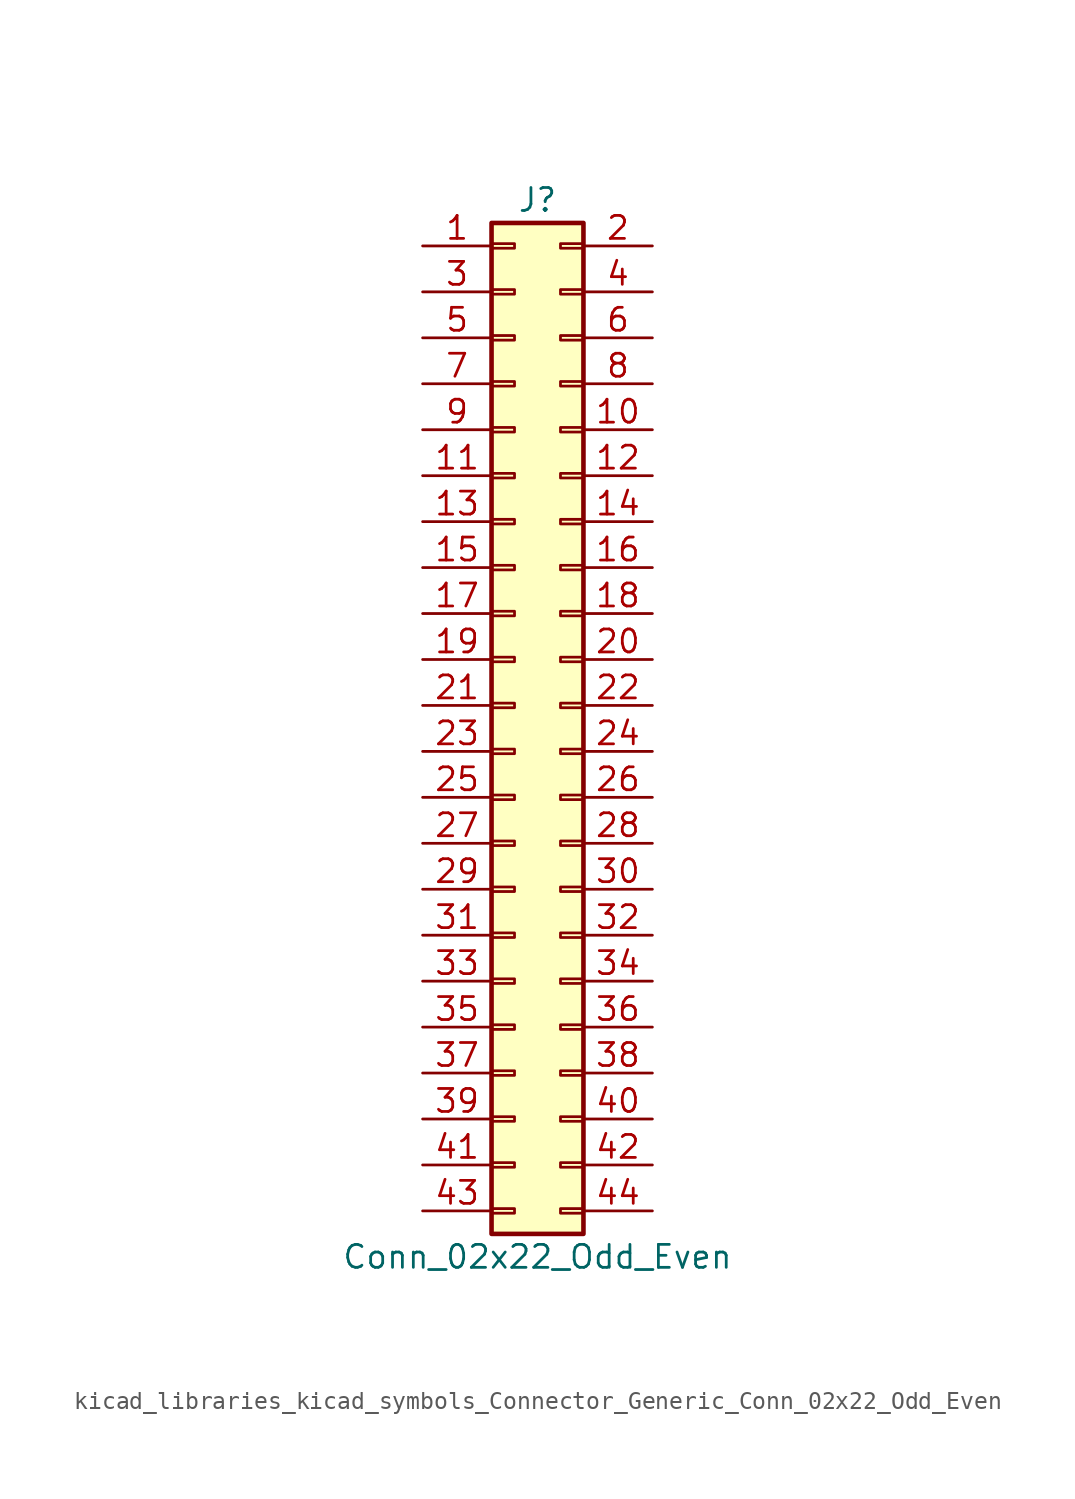
<source format=kicad_sym>
(kicad_symbol_lib
  (version 20220914)
  (generator kicad_symbol_editor)
  (symbol "kicad_libraries_kicad_symbols_Connector_Generic_Conn_02x22_Odd_Even"
    (pin_names
      (offset 1.016) hide)
    (property "Reference" "J"
      (at 1.27 27.94 0)
      (effects (font (size 1.27 1.27))))
    (property "Value" "Conn_02x22_Odd_Even"
      (at 1.27 -30.48 0)
      (effects (font (size 1.27 1.27))))
    (symbol "kicad_libraries_kicad_symbols_Connector_Generic_Conn_02x22_Odd_Even_1_1"
      (rectangle (start -1.27 -27.813) (end 0 -28.067) (stroke (width 0.152) (type default)) (fill (type none)))
      (rectangle (start -1.27 -25.273) (end 0 -25.527) (stroke (width 0.152) (type default)) (fill (type none)))
      (rectangle (start -1.27 -22.733) (end 0 -22.987) (stroke (width 0.152) (type default)) (fill (type none)))
      (rectangle (start -1.27 -20.193) (end 0 -20.447) (stroke (width 0.152) (type default)) (fill (type none)))
      (rectangle (start -1.27 -17.653) (end 0 -17.907) (stroke (width 0.152) (type default)) (fill (type none)))
      (rectangle (start -1.27 -15.113) (end 0 -15.367) (stroke (width 0.152) (type default)) (fill (type none)))
      (rectangle (start -1.27 -12.573) (end 0 -12.827) (stroke (width 0.152) (type default)) (fill (type none)))
      (rectangle (start -1.27 -10.033) (end 0 -10.287) (stroke (width 0.152) (type default)) (fill (type none)))
      (rectangle (start -1.27 -7.493) (end 0 -7.747) (stroke (width 0.152) (type default)) (fill (type none)))
      (rectangle (start -1.27 -4.953) (end 0 -5.207) (stroke (width 0.152) (type default)) (fill (type none)))
      (rectangle (start -1.27 -2.413) (end 0 -2.667) (stroke (width 0.152) (type default)) (fill (type none)))
      (rectangle (start -1.27 0.127) (end 0 -0.127) (stroke (width 0.152) (type default)) (fill (type none)))
      (rectangle (start -1.27 2.667) (end 0 2.413) (stroke (width 0.152) (type default)) (fill (type none)))
      (rectangle (start -1.27 5.207) (end 0 4.953) (stroke (width 0.152) (type default)) (fill (type none)))
      (rectangle (start -1.27 7.747) (end 0 7.493) (stroke (width 0.152) (type default)) (fill (type none)))
      (rectangle (start -1.27 10.287) (end 0 10.033) (stroke (width 0.152) (type default)) (fill (type none)))
      (rectangle (start -1.27 12.827) (end 0 12.573) (stroke (width 0.152) (type default)) (fill (type none)))
      (rectangle (start -1.27 15.367) (end 0 15.113) (stroke (width 0.152) (type default)) (fill (type none)))
      (rectangle (start -1.27 17.907) (end 0 17.653) (stroke (width 0.152) (type default)) (fill (type none)))
      (rectangle (start -1.27 20.447) (end 0 20.193) (stroke (width 0.152) (type default)) (fill (type none)))
      (rectangle (start -1.27 22.987) (end 0 22.733) (stroke (width 0.152) (type default)) (fill (type none)))
      (rectangle (start -1.27 25.527) (end 0 25.273) (stroke (width 0.152) (type default)) (fill (type none)))
      (rectangle (start -1.27 26.67) (end 3.81 -29.21) (stroke (width 0.254) (type default)) (fill (type background)))
      (rectangle (start 3.81 -27.813) (end 2.54 -28.067) (stroke (width 0.152) (type default)) (fill (type none)))
      (rectangle (start 3.81 -25.273) (end 2.54 -25.527) (stroke (width 0.152) (type default)) (fill (type none)))
      (rectangle (start 3.81 -22.733) (end 2.54 -22.987) (stroke (width 0.152) (type default)) (fill (type none)))
      (rectangle (start 3.81 -20.193) (end 2.54 -20.447) (stroke (width 0.152) (type default)) (fill (type none)))
      (rectangle (start 3.81 -17.653) (end 2.54 -17.907) (stroke (width 0.152) (type default)) (fill (type none)))
      (rectangle (start 3.81 -15.113) (end 2.54 -15.367) (stroke (width 0.152) (type default)) (fill (type none)))
      (rectangle (start 3.81 -12.573) (end 2.54 -12.827) (stroke (width 0.152) (type default)) (fill (type none)))
      (rectangle (start 3.81 -10.033) (end 2.54 -10.287) (stroke (width 0.152) (type default)) (fill (type none)))
      (rectangle (start 3.81 -7.493) (end 2.54 -7.747) (stroke (width 0.152) (type default)) (fill (type none)))
      (rectangle (start 3.81 -4.953) (end 2.54 -5.207) (stroke (width 0.152) (type default)) (fill (type none)))
      (rectangle (start 3.81 -2.413) (end 2.54 -2.667) (stroke (width 0.152) (type default)) (fill (type none)))
      (rectangle (start 3.81 0.127) (end 2.54 -0.127) (stroke (width 0.152) (type default)) (fill (type none)))
      (rectangle (start 3.81 2.667) (end 2.54 2.413) (stroke (width 0.152) (type default)) (fill (type none)))
      (rectangle (start 3.81 5.207) (end 2.54 4.953) (stroke (width 0.152) (type default)) (fill (type none)))
      (rectangle (start 3.81 7.747) (end 2.54 7.493) (stroke (width 0.152) (type default)) (fill (type none)))
      (rectangle (start 3.81 10.287) (end 2.54 10.033) (stroke (width 0.152) (type default)) (fill (type none)))
      (rectangle (start 3.81 12.827) (end 2.54 12.573) (stroke (width 0.152) (type default)) (fill (type none)))
      (rectangle (start 3.81 15.367) (end 2.54 15.113) (stroke (width 0.152) (type default)) (fill (type none)))
      (rectangle (start 3.81 17.907) (end 2.54 17.653) (stroke (width 0.152) (type default)) (fill (type none)))
      (rectangle (start 3.81 20.447) (end 2.54 20.193) (stroke (width 0.152) (type default)) (fill (type none)))
      (rectangle (start 3.81 22.987) (end 2.54 22.733) (stroke (width 0.152) (type default)) (fill (type none)))
      (rectangle (start 3.81 25.527) (end 2.54 25.273) (stroke (width 0.152) (type default)) (fill (type none)))
      (pin passive line (at -5.08 25.4 0) (length 3.81) (name "Pin_1" (effects (font (size 1.27 1.27)))) (number "1" (effects (font (size 1.27 1.27)))))
      (pin passive line (at 7.62 15.24 180) (length 3.81) (name "Pin_10" (effects (font (size 1.27 1.27)))) (number "10" (effects (font (size 1.27 1.27)))))
      (pin passive line (at -5.08 12.7 0) (length 3.81) (name "Pin_11" (effects (font (size 1.27 1.27)))) (number "11" (effects (font (size 1.27 1.27)))))
      (pin passive line (at 7.62 12.7 180) (length 3.81) (name "Pin_12" (effects (font (size 1.27 1.27)))) (number "12" (effects (font (size 1.27 1.27)))))
      (pin passive line (at -5.08 10.16 0) (length 3.81) (name "Pin_13" (effects (font (size 1.27 1.27)))) (number "13" (effects (font (size 1.27 1.27)))))
      (pin passive line (at 7.62 10.16 180) (length 3.81) (name "Pin_14" (effects (font (size 1.27 1.27)))) (number "14" (effects (font (size 1.27 1.27)))))
      (pin passive line (at -5.08 7.62 0) (length 3.81) (name "Pin_15" (effects (font (size 1.27 1.27)))) (number "15" (effects (font (size 1.27 1.27)))))
      (pin passive line (at 7.62 7.62 180) (length 3.81) (name "Pin_16" (effects (font (size 1.27 1.27)))) (number "16" (effects (font (size 1.27 1.27)))))
      (pin passive line (at -5.08 5.08 0) (length 3.81) (name "Pin_17" (effects (font (size 1.27 1.27)))) (number "17" (effects (font (size 1.27 1.27)))))
      (pin passive line (at 7.62 5.08 180) (length 3.81) (name "Pin_18" (effects (font (size 1.27 1.27)))) (number "18" (effects (font (size 1.27 1.27)))))
      (pin passive line (at -5.08 2.54 0) (length 3.81) (name "Pin_19" (effects (font (size 1.27 1.27)))) (number "19" (effects (font (size 1.27 1.27)))))
      (pin passive line (at 7.62 25.4 180) (length 3.81) (name "Pin_2" (effects (font (size 1.27 1.27)))) (number "2" (effects (font (size 1.27 1.27)))))
      (pin passive line (at 7.62 2.54 180) (length 3.81) (name "Pin_20" (effects (font (size 1.27 1.27)))) (number "20" (effects (font (size 1.27 1.27)))))
      (pin passive line (at -5.08 0 0) (length 3.81) (name "Pin_21" (effects (font (size 1.27 1.27)))) (number "21" (effects (font (size 1.27 1.27)))))
      (pin passive line (at 7.62 0 180) (length 3.81) (name "Pin_22" (effects (font (size 1.27 1.27)))) (number "22" (effects (font (size 1.27 1.27)))))
      (pin passive line (at -5.08 -2.54 0) (length 3.81) (name "Pin_23" (effects (font (size 1.27 1.27)))) (number "23" (effects (font (size 1.27 1.27)))))
      (pin passive line (at 7.62 -2.54 180) (length 3.81) (name "Pin_24" (effects (font (size 1.27 1.27)))) (number "24" (effects (font (size 1.27 1.27)))))
      (pin passive line (at -5.08 -5.08 0) (length 3.81) (name "Pin_25" (effects (font (size 1.27 1.27)))) (number "25" (effects (font (size 1.27 1.27)))))
      (pin passive line (at 7.62 -5.08 180) (length 3.81) (name "Pin_26" (effects (font (size 1.27 1.27)))) (number "26" (effects (font (size 1.27 1.27)))))
      (pin passive line (at -5.08 -7.62 0) (length 3.81) (name "Pin_27" (effects (font (size 1.27 1.27)))) (number "27" (effects (font (size 1.27 1.27)))))
      (pin passive line (at 7.62 -7.62 180) (length 3.81) (name "Pin_28" (effects (font (size 1.27 1.27)))) (number "28" (effects (font (size 1.27 1.27)))))
      (pin passive line (at -5.08 -10.16 0) (length 3.81) (name "Pin_29" (effects (font (size 1.27 1.27)))) (number "29" (effects (font (size 1.27 1.27)))))
      (pin passive line (at -5.08 22.86 0) (length 3.81) (name "Pin_3" (effects (font (size 1.27 1.27)))) (number "3" (effects (font (size 1.27 1.27)))))
      (pin passive line (at 7.62 -10.16 180) (length 3.81) (name "Pin_30" (effects (font (size 1.27 1.27)))) (number "30" (effects (font (size 1.27 1.27)))))
      (pin passive line (at -5.08 -12.7 0) (length 3.81) (name "Pin_31" (effects (font (size 1.27 1.27)))) (number "31" (effects (font (size 1.27 1.27)))))
      (pin passive line (at 7.62 -12.7 180) (length 3.81) (name "Pin_32" (effects (font (size 1.27 1.27)))) (number "32" (effects (font (size 1.27 1.27)))))
      (pin passive line (at -5.08 -15.24 0) (length 3.81) (name "Pin_33" (effects (font (size 1.27 1.27)))) (number "33" (effects (font (size 1.27 1.27)))))
      (pin passive line (at 7.62 -15.24 180) (length 3.81) (name "Pin_34" (effects (font (size 1.27 1.27)))) (number "34" (effects (font (size 1.27 1.27)))))
      (pin passive line (at -5.08 -17.78 0) (length 3.81) (name "Pin_35" (effects (font (size 1.27 1.27)))) (number "35" (effects (font (size 1.27 1.27)))))
      (pin passive line (at 7.62 -17.78 180) (length 3.81) (name "Pin_36" (effects (font (size 1.27 1.27)))) (number "36" (effects (font (size 1.27 1.27)))))
      (pin passive line (at -5.08 -20.32 0) (length 3.81) (name "Pin_37" (effects (font (size 1.27 1.27)))) (number "37" (effects (font (size 1.27 1.27)))))
      (pin passive line (at 7.62 -20.32 180) (length 3.81) (name "Pin_38" (effects (font (size 1.27 1.27)))) (number "38" (effects (font (size 1.27 1.27)))))
      (pin passive line (at -5.08 -22.86 0) (length 3.81) (name "Pin_39" (effects (font (size 1.27 1.27)))) (number "39" (effects (font (size 1.27 1.27)))))
      (pin passive line (at 7.62 22.86 180) (length 3.81) (name "Pin_4" (effects (font (size 1.27 1.27)))) (number "4" (effects (font (size 1.27 1.27)))))
      (pin passive line (at 7.62 -22.86 180) (length 3.81) (name "Pin_40" (effects (font (size 1.27 1.27)))) (number "40" (effects (font (size 1.27 1.27)))))
      (pin passive line (at -5.08 -25.4 0) (length 3.81) (name "Pin_41" (effects (font (size 1.27 1.27)))) (number "41" (effects (font (size 1.27 1.27)))))
      (pin passive line (at 7.62 -25.4 180) (length 3.81) (name "Pin_42" (effects (font (size 1.27 1.27)))) (number "42" (effects (font (size 1.27 1.27)))))
      (pin passive line (at -5.08 -27.94 0) (length 3.81) (name "Pin_43" (effects (font (size 1.27 1.27)))) (number "43" (effects (font (size 1.27 1.27)))))
      (pin passive line (at 7.62 -27.94 180) (length 3.81) (name "Pin_44" (effects (font (size 1.27 1.27)))) (number "44" (effects (font (size 1.27 1.27)))))
      (pin passive line (at -5.08 20.32 0) (length 3.81) (name "Pin_5" (effects (font (size 1.27 1.27)))) (number "5" (effects (font (size 1.27 1.27)))))
      (pin passive line (at 7.62 20.32 180) (length 3.81) (name "Pin_6" (effects (font (size 1.27 1.27)))) (number "6" (effects (font (size 1.27 1.27)))))
      (pin passive line (at -5.08 17.78 0) (length 3.81) (name "Pin_7" (effects (font (size 1.27 1.27)))) (number "7" (effects (font (size 1.27 1.27)))))
      (pin passive line (at 7.62 17.78 180) (length 3.81) (name "Pin_8" (effects (font (size 1.27 1.27)))) (number "8" (effects (font (size 1.27 1.27)))))
      (pin passive line (at -5.08 15.24 0) (length 3.81) (name "Pin_9" (effects (font (size 1.27 1.27)))) (number "9" (effects (font (size 1.27 1.27))))))))
</source>
